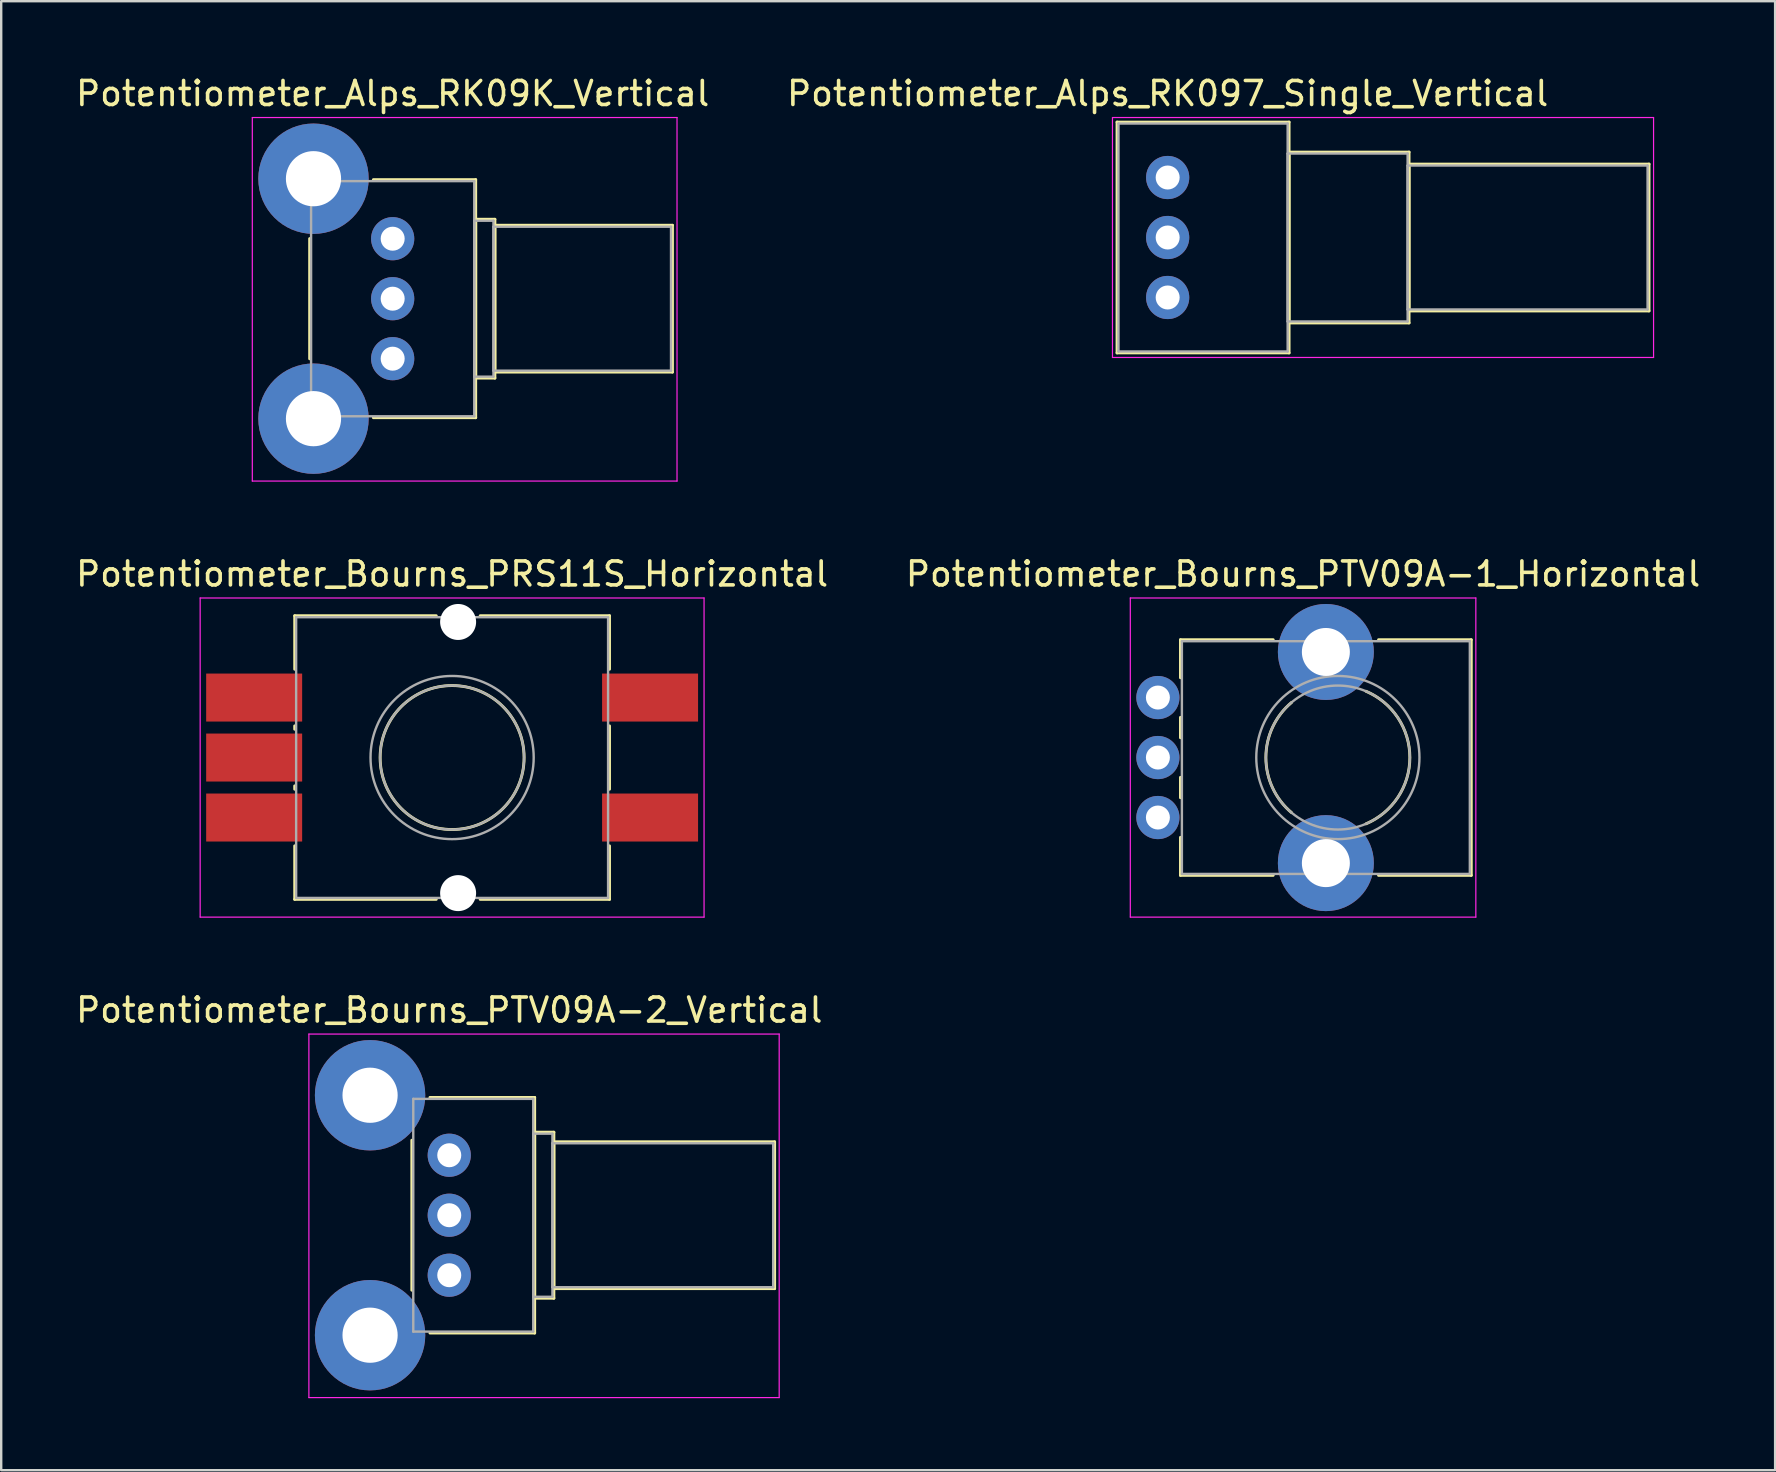
<source format=kicad_pcb>
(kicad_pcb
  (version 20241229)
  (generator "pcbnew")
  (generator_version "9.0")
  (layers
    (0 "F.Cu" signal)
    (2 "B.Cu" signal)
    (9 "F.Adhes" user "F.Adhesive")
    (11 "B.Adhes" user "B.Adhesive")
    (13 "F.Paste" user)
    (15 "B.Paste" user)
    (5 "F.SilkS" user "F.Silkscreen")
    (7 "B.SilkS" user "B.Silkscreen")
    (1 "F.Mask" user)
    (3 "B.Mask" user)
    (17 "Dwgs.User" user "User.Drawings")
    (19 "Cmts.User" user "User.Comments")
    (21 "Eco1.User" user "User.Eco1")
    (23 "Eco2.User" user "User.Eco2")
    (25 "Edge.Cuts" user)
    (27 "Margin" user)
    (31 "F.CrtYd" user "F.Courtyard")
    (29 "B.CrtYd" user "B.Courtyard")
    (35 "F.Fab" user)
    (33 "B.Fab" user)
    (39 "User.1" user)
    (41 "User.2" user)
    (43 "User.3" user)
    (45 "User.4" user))
  (footprint "Potentiometer_Bourns_PTV09A-1_Horizontal"
    (layer "F.Cu")
    (at 45.206 31.021)
    (property "Reference" "Potentiometer_Bourns_PTV09A-1_Horizontal" (at 6.05 -10.15 0) (layer "F.SilkS") (effects (font (size 1 1) (thickness 0.15))))
    (attr through_hole)
    (fp_line (start 0.94 -7.41) (end 0.94 -5.825) (stroke (width 0.12) (type solid)) (layer "F.SilkS"))
    (fp_line (start 0.94 -7.41) (end 4.806 -7.41) (stroke (width 0.12) (type solid)) (layer "F.SilkS"))
    (fp_line (start 0.94 -4.175) (end 0.94 -3.325) (stroke (width 0.12) (type solid)) (layer "F.SilkS"))
    (fp_line (start 0.94 -1.675) (end 0.94 -0.825) (stroke (width 0.12) (type solid)) (layer "F.SilkS"))
    (fp_line (start 0.94 0.825) (end 0.94 2.41) (stroke (width 0.12) (type solid)) (layer "F.SilkS"))
    (fp_line (start 0.94 2.41) (end 4.806 2.41) (stroke (width 0.12) (type solid)) (layer "F.SilkS"))
    (fp_line (start 9.195 -7.41) (end 13.06 -7.41) (stroke (width 0.12) (type solid)) (layer "F.SilkS"))
    (fp_line (start 9.195 2.41) (end 13.06 2.41) (stroke (width 0.12) (type solid)) (layer "F.SilkS"))
    (fp_line (start 13.06 -7.41) (end 13.06 2.41) (stroke (width 0.12) (type solid)) (layer "F.SilkS"))
    (fp_arc (start 5.571705 -0.202247) (mid 4.500335 -2.500192) (end 5.572 -4.798) (stroke (width 0.12) (type solid)) (layer "F.SilkS"))
    (fp_arc (start 8.671982 -5.262432) (mid 10.500762 -2.500553) (end 8.673 0.262) (stroke (width 0.12) (type solid)) (layer "F.SilkS"))
    (fp_line (start -1.15 -9.15) (end -1.15 4.15) (stroke (width 0.05) (type solid)) (layer "F.CrtYd"))
    (fp_line (start -1.15 4.15) (end 13.25 4.15) (stroke (width 0.05) (type solid)) (layer "F.CrtYd"))
    (fp_line (start 13.25 -9.15) (end -1.15 -9.15) (stroke (width 0.05) (type solid)) (layer "F.CrtYd"))
    (fp_line (start 13.25 4.15) (end 13.25 -9.15) (stroke (width 0.05) (type solid)) (layer "F.CrtYd"))
    (fp_line (start 1 -7.35) (end 1 2.35) (stroke (width 0.1) (type solid)) (layer "F.Fab"))
    (fp_line (start 1 2.35) (end 13 2.35) (stroke (width 0.1) (type solid)) (layer "F.Fab"))
    (fp_line (start 13 -7.35) (end 1 -7.35) (stroke (width 0.1) (type solid)) (layer "F.Fab"))
    (fp_line (start 13 2.35) (end 13 -7.35) (stroke (width 0.1) (type solid)) (layer "F.Fab"))
    (fp_circle (center 7.5 -2.5) (end 10.5 -2.5) (stroke (width 0.1) (type solid)) (fill no) (layer "F.Fab"))
    (fp_circle (center 7.5 -2.5) (end 10.9 -2.5) (stroke (width 0.1) (type solid)) (fill no) (layer "F.Fab"))
    (pad "" np_thru_hole circle (at 7 -6.9) (size 4 4) (drill 2) (layers "*.Cu" "*.Mask"))
    (pad "" np_thru_hole circle (at 7 1.9) (size 4 4) (drill 2) (layers "*.Cu" "*.Mask"))
    (pad "1" thru_hole circle (at 0 0) (size 1.8 1.8) (drill 1) (layers "*.Cu" "*.Mask"))
    (pad "2" thru_hole circle (at 0 -2.5) (size 1.8 1.8) (drill 1) (layers "*.Cu" "*.Mask"))
    (pad "3" thru_hole circle (at 0 -5) (size 1.8 1.8) (drill 1) (layers "*.Cu" "*.Mask")))
  (footprint "Potentiometer_Alps_RK09K_Vertical"
    (layer "F.Cu")
    (at 13.315 11.898)
    (property "Reference" "Potentiometer_Alps_RK09K_Vertical" (at 0 -11.05 0) (layer "F.SilkS") (effects (font (size 1 1) (thickness 0.15))))
    (attr through_hole)
    (fp_line (start -3.46 -5.005) (end -3.46 0.005) (stroke (width 0.12) (type solid)) (layer "F.SilkS"))
    (fp_line (start -0.805 -7.461) (end 3.46 -7.461) (stroke (width 0.12) (type solid)) (layer "F.SilkS"))
    (fp_line (start -0.805 2.46) (end 3.46 2.46) (stroke (width 0.12) (type solid)) (layer "F.SilkS"))
    (fp_line (start 3.46 -7.461) (end 3.46 2.46) (stroke (width 0.12) (type solid)) (layer "F.SilkS"))
    (fp_line (start 3.46 -5.81) (end 3.46 0.81) (stroke (width 0.12) (type solid)) (layer "F.SilkS"))
    (fp_line (start 3.46 -5.81) (end 4.26 -5.81) (stroke (width 0.12) (type solid)) (layer "F.SilkS"))
    (fp_line (start 3.46 0.81) (end 4.26 0.81) (stroke (width 0.12) (type solid)) (layer "F.SilkS"))
    (fp_line (start 4.26 -5.81) (end 4.26 0.81) (stroke (width 0.12) (type solid)) (layer "F.SilkS"))
    (fp_line (start 4.26 -5.56) (end 4.26 0.56) (stroke (width 0.12) (type solid)) (layer "F.SilkS"))
    (fp_line (start 4.26 -5.56) (end 11.66 -5.56) (stroke (width 0.12) (type solid)) (layer "F.SilkS"))
    (fp_line (start 4.26 0.56) (end 11.66 0.56) (stroke (width 0.12) (type solid)) (layer "F.SilkS"))
    (fp_line (start 11.66 -5.56) (end 11.66 0.56) (stroke (width 0.12) (type solid)) (layer "F.SilkS"))
    (fp_line (start -5.85 -10.05) (end -5.85 5.1) (stroke (width 0.05) (type solid)) (layer "F.CrtYd"))
    (fp_line (start -5.85 5.1) (end 11.85 5.1) (stroke (width 0.05) (type solid)) (layer "F.CrtYd"))
    (fp_line (start 11.85 -10.05) (end -5.85 -10.05) (stroke (width 0.05) (type solid)) (layer "F.CrtYd"))
    (fp_line (start 11.85 5.1) (end 11.85 -10.05) (stroke (width 0.05) (type solid)) (layer "F.CrtYd"))
    (fp_line (start -3.4 -7.4) (end -3.4 2.4) (stroke (width 0.1) (type solid)) (layer "F.Fab"))
    (fp_line (start -3.4 2.4) (end 3.4 2.4) (stroke (width 0.1) (type solid)) (layer "F.Fab"))
    (fp_line (start 3.4 -7.4) (end -3.4 -7.4) (stroke (width 0.1) (type solid)) (layer "F.Fab"))
    (fp_line (start 3.4 -5.75) (end 3.4 0.75) (stroke (width 0.1) (type solid)) (layer "F.Fab"))
    (fp_line (start 3.4 0.75) (end 4.2 0.75) (stroke (width 0.1) (type solid)) (layer "F.Fab"))
    (fp_line (start 3.4 2.4) (end 3.4 -7.4) (stroke (width 0.1) (type solid)) (layer "F.Fab"))
    (fp_line (start 4.2 -5.75) (end 3.4 -5.75) (stroke (width 0.1) (type solid)) (layer "F.Fab"))
    (fp_line (start 4.2 -5.5) (end 4.2 0.5) (stroke (width 0.1) (type solid)) (layer "F.Fab"))
    (fp_line (start 4.2 0.5) (end 11.6 0.5) (stroke (width 0.1) (type solid)) (layer "F.Fab"))
    (fp_line (start 4.2 0.75) (end 4.2 -5.75) (stroke (width 0.1) (type solid)) (layer "F.Fab"))
    (fp_line (start 11.6 -5.5) (end 4.2 -5.5) (stroke (width 0.1) (type solid)) (layer "F.Fab"))
    (fp_line (start 11.6 0.5) (end 11.6 -5.5) (stroke (width 0.1) (type solid)) (layer "F.Fab"))
    (pad "0" thru_hole circle (at -3.3 -7.5) (size 4.6 4.6) (drill 2.3) (layers "*.Cu" "*.Mask"))
    (pad "0" thru_hole circle (at -3.3 2.5) (size 4.6 4.6) (drill 2.3) (layers "*.Cu" "*.Mask"))
    (pad "1" thru_hole circle (at 0 0) (size 1.8 1.8) (drill 1) (layers "*.Cu" "*.Mask"))
    (pad "2" thru_hole circle (at 0 -2.5) (size 1.8 1.8) (drill 1) (layers "*.Cu" "*.Mask"))
    (pad "3" thru_hole circle (at 0 -5) (size 1.8 1.8) (drill 1) (layers "*.Cu" "*.Mask")))
  (footprint "Potentiometer_Alps_RK097_Single_Vertical"
    (layer "F.Cu")
    (at 45.613 9.348)
    (property "Reference" "Potentiometer_Alps_RK097_Single_Vertical" (at 0 -8.5 0) (layer "F.SilkS") (effects (font (size 1 1) (thickness 0.15))))
    (attr through_hole)
    (fp_line (start -2.11 -7.31) (end -2.11 2.31) (stroke (width 0.12) (type solid)) (layer "F.SilkS"))
    (fp_line (start -2.11 -7.31) (end 5.06 -7.31) (stroke (width 0.12) (type solid)) (layer "F.SilkS"))
    (fp_line (start -2.11 2.31) (end 5.06 2.31) (stroke (width 0.12) (type solid)) (layer "F.SilkS"))
    (fp_line (start 5.06 -7.31) (end 5.06 2.31) (stroke (width 0.12) (type solid)) (layer "F.SilkS"))
    (fp_line (start 5.06 -6.06) (end 5.06 1.06) (stroke (width 0.12) (type solid)) (layer "F.SilkS"))
    (fp_line (start 5.06 -6.06) (end 10.06 -6.06) (stroke (width 0.12) (type solid)) (layer "F.SilkS"))
    (fp_line (start 5.06 1.06) (end 10.06 1.06) (stroke (width 0.12) (type solid)) (layer "F.SilkS"))
    (fp_line (start 10.06 -6.06) (end 10.06 1.06) (stroke (width 0.12) (type solid)) (layer "F.SilkS"))
    (fp_line (start 10.06 -5.56) (end 10.06 0.56) (stroke (width 0.12) (type solid)) (layer "F.SilkS"))
    (fp_line (start 10.06 -5.56) (end 20.061 -5.56) (stroke (width 0.12) (type solid)) (layer "F.SilkS"))
    (fp_line (start 10.06 0.56) (end 20.061 0.56) (stroke (width 0.12) (type solid)) (layer "F.SilkS"))
    (fp_line (start 20.061 -5.56) (end 20.061 0.56) (stroke (width 0.12) (type solid)) (layer "F.SilkS"))
    (fp_line (start -2.3 -7.5) (end -2.3 2.5) (stroke (width 0.05) (type solid)) (layer "F.CrtYd"))
    (fp_line (start -2.3 2.5) (end 20.25 2.5) (stroke (width 0.05) (type solid)) (layer "F.CrtYd"))
    (fp_line (start 20.25 -7.5) (end -2.3 -7.5) (stroke (width 0.05) (type solid)) (layer "F.CrtYd"))
    (fp_line (start 20.25 2.5) (end 20.25 -7.5) (stroke (width 0.05) (type solid)) (layer "F.CrtYd"))
    (fp_line (start -2.05 -7.25) (end -2.05 2.25) (stroke (width 0.1) (type solid)) (layer "F.Fab"))
    (fp_line (start -2.05 2.25) (end 5 2.25) (stroke (width 0.1) (type solid)) (layer "F.Fab"))
    (fp_line (start 5 -7.25) (end -2.05 -7.25) (stroke (width 0.1) (type solid)) (layer "F.Fab"))
    (fp_line (start 5 -6) (end 5 1) (stroke (width 0.1) (type solid)) (layer "F.Fab"))
    (fp_line (start 5 1) (end 10 1) (stroke (width 0.1) (type solid)) (layer "F.Fab"))
    (fp_line (start 5 2.25) (end 5 -7.25) (stroke (width 0.1) (type solid)) (layer "F.Fab"))
    (fp_line (start 10 -6) (end 5 -6) (stroke (width 0.1) (type solid)) (layer "F.Fab"))
    (fp_line (start 10 -5.5) (end 10 0.5) (stroke (width 0.1) (type solid)) (layer "F.Fab"))
    (fp_line (start 10 0.5) (end 20 0.5) (stroke (width 0.1) (type solid)) (layer "F.Fab"))
    (fp_line (start 10 1) (end 10 -6) (stroke (width 0.1) (type solid)) (layer "F.Fab"))
    (fp_line (start 20 -5.5) (end 10 -5.5) (stroke (width 0.1) (type solid)) (layer "F.Fab"))
    (fp_line (start 20 0.5) (end 20 -5.5) (stroke (width 0.1) (type solid)) (layer "F.Fab"))
    (pad "1" thru_hole circle (at 0 0) (size 1.8 1.8) (drill 1) (layers "*.Cu" "*.Mask"))
    (pad "2" thru_hole circle (at 0 -2.5) (size 1.8 1.8) (drill 1) (layers "*.Cu" "*.Mask"))
    (pad "3" thru_hole circle (at 0 -5) (size 1.8 1.8) (drill 1) (layers "*.Cu" "*.Mask")))
  (footprint "Potentiometer_Bourns_PTV09A-2_Vertical"
    (layer "F.Cu")
    (at 15.673 50.095)
    (property "Reference" "Potentiometer_Bourns_PTV09A-2_Vertical" (at 0 -11.05 0) (layer "F.SilkS") (effects (font (size 1 1) (thickness 0.15))))
    (attr through_hole)
    (fp_line (start -1.56 -5.625) (end -1.56 0.625) (stroke (width 0.12) (type solid)) (layer "F.SilkS"))
    (fp_line (start -0.805 -7.41) (end 3.56 -7.41) (stroke (width 0.12) (type solid)) (layer "F.SilkS"))
    (fp_line (start -0.805 2.41) (end 3.56 2.41) (stroke (width 0.12) (type solid)) (layer "F.SilkS"))
    (fp_line (start 3.56 -7.41) (end 3.56 2.41) (stroke (width 0.12) (type solid)) (layer "F.SilkS"))
    (fp_line (start 3.56 -5.96) (end 3.56 0.96) (stroke (width 0.12) (type solid)) (layer "F.SilkS"))
    (fp_line (start 3.56 -5.96) (end 4.36 -5.96) (stroke (width 0.12) (type solid)) (layer "F.SilkS"))
    (fp_line (start 3.56 0.96) (end 4.36 0.96) (stroke (width 0.12) (type solid)) (layer "F.SilkS"))
    (fp_line (start 4.36 -5.96) (end 4.36 0.96) (stroke (width 0.12) (type solid)) (layer "F.SilkS"))
    (fp_line (start 4.36 -5.56) (end 4.36 0.56) (stroke (width 0.12) (type solid)) (layer "F.SilkS"))
    (fp_line (start 4.36 -5.56) (end 13.56 -5.56) (stroke (width 0.12) (type solid)) (layer "F.SilkS"))
    (fp_line (start 4.36 0.56) (end 13.56 0.56) (stroke (width 0.12) (type solid)) (layer "F.SilkS"))
    (fp_line (start 13.56 -5.56) (end 13.56 0.56) (stroke (width 0.12) (type solid)) (layer "F.SilkS"))
    (fp_line (start -5.85 -10.05) (end -5.85 5.1) (stroke (width 0.05) (type solid)) (layer "F.CrtYd"))
    (fp_line (start -5.85 5.1) (end 13.75 5.1) (stroke (width 0.05) (type solid)) (layer "F.CrtYd"))
    (fp_line (start 13.75 -10.05) (end -5.85 -10.05) (stroke (width 0.05) (type solid)) (layer "F.CrtYd"))
    (fp_line (start 13.75 5.1) (end 13.75 -10.05) (stroke (width 0.05) (type solid)) (layer "F.CrtYd"))
    (fp_line (start -1.5 -7.35) (end -1.5 2.35) (stroke (width 0.1) (type solid)) (layer "F.Fab"))
    (fp_line (start -1.5 2.35) (end 3.5 2.35) (stroke (width 0.1) (type solid)) (layer "F.Fab"))
    (fp_line (start 3.5 -7.35) (end -1.5 -7.35) (stroke (width 0.1) (type solid)) (layer "F.Fab"))
    (fp_line (start 3.5 -5.9) (end 3.5 0.9) (stroke (width 0.1) (type solid)) (layer "F.Fab"))
    (fp_line (start 3.5 0.9) (end 4.3 0.9) (stroke (width 0.1) (type solid)) (layer "F.Fab"))
    (fp_line (start 3.5 2.35) (end 3.5 -7.35) (stroke (width 0.1) (type solid)) (layer "F.Fab"))
    (fp_line (start 4.3 -5.9) (end 3.5 -5.9) (stroke (width 0.1) (type solid)) (layer "F.Fab"))
    (fp_line (start 4.3 -5.5) (end 4.3 0.5) (stroke (width 0.1) (type solid)) (layer "F.Fab"))
    (fp_line (start 4.3 0.5) (end 13.5 0.5) (stroke (width 0.1) (type solid)) (layer "F.Fab"))
    (fp_line (start 4.3 0.9) (end 4.3 -5.9) (stroke (width 0.1) (type solid)) (layer "F.Fab"))
    (fp_line (start 13.5 -5.5) (end 4.3 -5.5) (stroke (width 0.1) (type solid)) (layer "F.Fab"))
    (fp_line (start 13.5 0.5) (end 13.5 -5.5) (stroke (width 0.1) (type solid)) (layer "F.Fab"))
    (pad "0" thru_hole circle (at -3.3 -7.5) (size 4.6 4.6) (drill 2.3) (layers "*.Cu" "*.Mask"))
    (pad "0" thru_hole circle (at -3.3 2.5) (size 4.6 4.6) (drill 2.3) (layers "*.Cu" "*.Mask"))
    (pad "1" thru_hole circle (at 0 0) (size 1.8 1.8) (drill 1) (layers "*.Cu" "*.Mask"))
    (pad "2" thru_hole circle (at 0 -2.5) (size 1.8 1.8) (drill 1) (layers "*.Cu" "*.Mask"))
    (pad "3" thru_hole circle (at 0 -5) (size 1.8 1.8) (drill 1) (layers "*.Cu" "*.Mask")))
  (footprint "Potentiometer_Bourns_PRS11S_Horizontal"
    (layer "F.Cu")
    (at 15.792 28.521)
    (property "Reference" "Potentiometer_Bourns_PRS11S_Horizontal" (at 0 -7.65 0) (layer "F.SilkS") (effects (font (size 1 1) (thickness 0.15))))
    (attr smd)
    (fp_line (start -6.56 -5.91) (end -6.56 -3.68) (stroke (width 0.12) (type solid)) (layer "F.SilkS"))
    (fp_line (start -6.56 -5.91) (end -0.66 -5.91) (stroke (width 0.12) (type solid)) (layer "F.SilkS"))
    (fp_line (start -6.56 -1.32) (end -6.56 -1.18) (stroke (width 0.12) (type solid)) (layer "F.SilkS"))
    (fp_line (start -6.56 1.18) (end -6.56 1.32) (stroke (width 0.12) (type solid)) (layer "F.SilkS"))
    (fp_line (start -6.56 3.68) (end -6.56 5.91) (stroke (width 0.12) (type solid)) (layer "F.SilkS"))
    (fp_line (start -6.56 5.91) (end -0.66 5.91) (stroke (width 0.12) (type solid)) (layer "F.SilkS"))
    (fp_line (start 1.17 -5.91) (end 6.56 -5.91) (stroke (width 0.12) (type solid)) (layer "F.SilkS"))
    (fp_line (start 1.17 5.91) (end 6.56 5.91) (stroke (width 0.12) (type solid)) (layer "F.SilkS"))
    (fp_line (start 6.56 -5.91) (end 6.56 -3.68) (stroke (width 0.12) (type solid)) (layer "F.SilkS"))
    (fp_line (start 6.56 -1.32) (end 6.56 1.32) (stroke (width 0.12) (type solid)) (layer "F.SilkS"))
    (fp_line (start 6.56 3.68) (end 6.56 5.91) (stroke (width 0.12) (type solid)) (layer "F.SilkS"))
    (fp_circle (center 0 0) (end 3 0) (stroke (width 0.12) (type solid)) (fill no) (layer "F.SilkS"))
    (fp_line (start -10.5 -6.65) (end -10.5 6.65) (stroke (width 0.05) (type solid)) (layer "F.CrtYd"))
    (fp_line (start -10.5 6.65) (end 10.5 6.65) (stroke (width 0.05) (type solid)) (layer "F.CrtYd"))
    (fp_line (start 10.5 -6.65) (end -10.5 -6.65) (stroke (width 0.05) (type solid)) (layer "F.CrtYd"))
    (fp_line (start 10.5 6.65) (end 10.5 -6.65) (stroke (width 0.05) (type solid)) (layer "F.CrtYd"))
    (fp_line (start -6.5 -5.85) (end -6.5 5.85) (stroke (width 0.1) (type solid)) (layer "F.Fab"))
    (fp_line (start -6.5 5.85) (end 6.5 5.85) (stroke (width 0.1) (type solid)) (layer "F.Fab"))
    (fp_line (start 6.5 -5.85) (end -6.5 -5.85) (stroke (width 0.1) (type solid)) (layer "F.Fab"))
    (fp_line (start 6.5 5.85) (end 6.5 -5.85) (stroke (width 0.1) (type solid)) (layer "F.Fab"))
    (fp_circle (center 0 0) (end 3 0) (stroke (width 0.1) (type solid)) (fill no) (layer "F.Fab"))
    (fp_circle (center 0 0) (end 3.4 0) (stroke (width 0.1) (type solid)) (fill no) (layer "F.Fab"))
    (pad "" np_thru_hole circle (at 0.25 -5.65) (size 1.5 1.5) (drill 1.5) (layers "*.Cu" "*.Mask"))
    (pad "" np_thru_hole circle (at 0.25 5.65) (size 1.5 1.5) (drill 1.5) (layers "*.Cu" "*.Mask"))
    (pad "1" smd rect (at -8.25 2.5) (size 4 2) (layers "F.Cu" "F.Mask"))
    (pad "2" smd rect (at -8.25 0) (size 4 2) (layers "F.Cu" "F.Mask"))
    (pad "3" smd rect (at -8.25 -2.5) (size 4 2) (layers "F.Cu" "F.Mask"))
    (pad "4" smd rect (at 8.25 2.5) (size 4 2) (layers "F.Cu" "F.Mask"))
    (pad "5" smd rect (at 8.25 -2.5) (size 4 2) (layers "F.Cu" "F.Mask")))
  (gr_rect
    (start -3 -3)
    (end 70.929 58.22)
    (stroke (width 0.1) (type default))
    (fill no)
    (layer "Edge.Cuts")))
</source>
